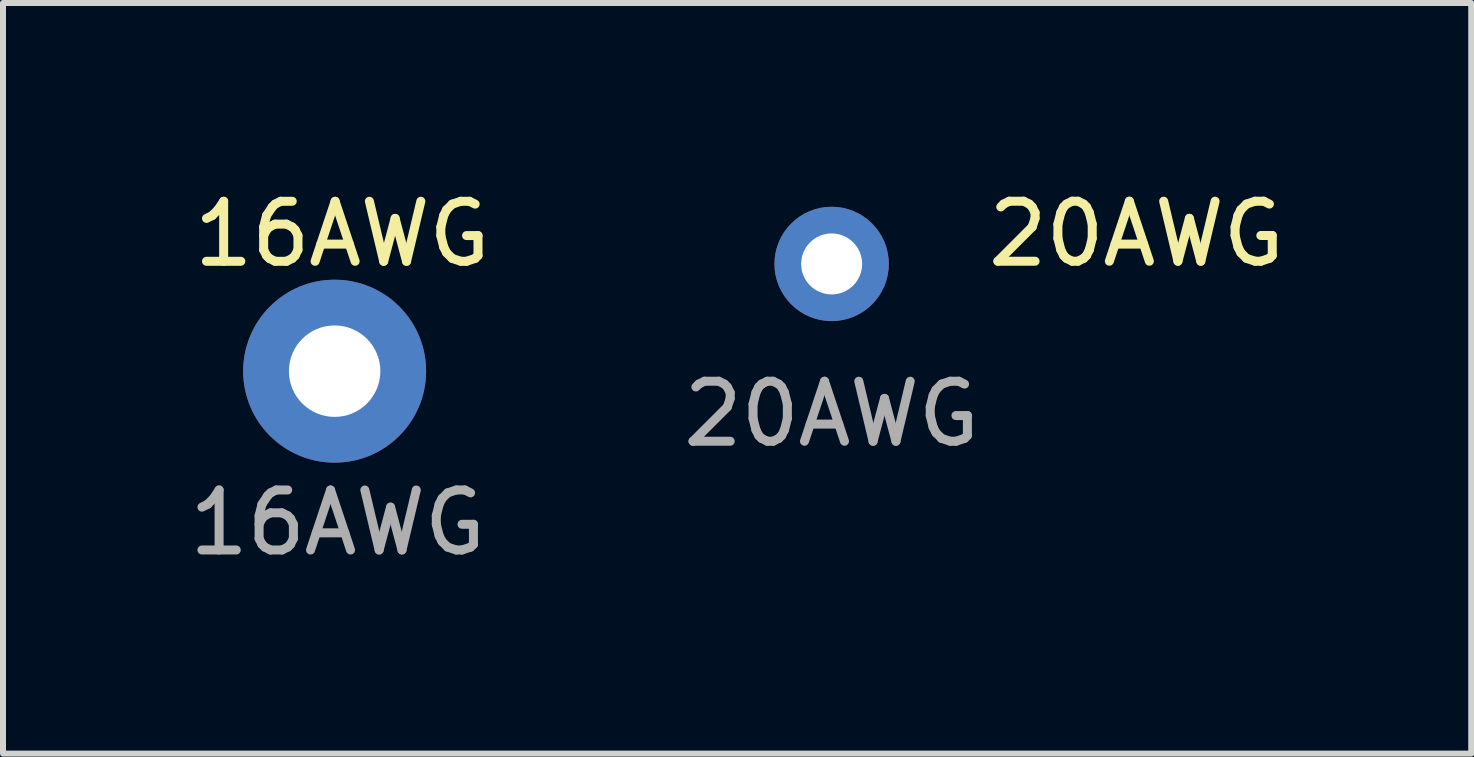
<source format=kicad_pcb>
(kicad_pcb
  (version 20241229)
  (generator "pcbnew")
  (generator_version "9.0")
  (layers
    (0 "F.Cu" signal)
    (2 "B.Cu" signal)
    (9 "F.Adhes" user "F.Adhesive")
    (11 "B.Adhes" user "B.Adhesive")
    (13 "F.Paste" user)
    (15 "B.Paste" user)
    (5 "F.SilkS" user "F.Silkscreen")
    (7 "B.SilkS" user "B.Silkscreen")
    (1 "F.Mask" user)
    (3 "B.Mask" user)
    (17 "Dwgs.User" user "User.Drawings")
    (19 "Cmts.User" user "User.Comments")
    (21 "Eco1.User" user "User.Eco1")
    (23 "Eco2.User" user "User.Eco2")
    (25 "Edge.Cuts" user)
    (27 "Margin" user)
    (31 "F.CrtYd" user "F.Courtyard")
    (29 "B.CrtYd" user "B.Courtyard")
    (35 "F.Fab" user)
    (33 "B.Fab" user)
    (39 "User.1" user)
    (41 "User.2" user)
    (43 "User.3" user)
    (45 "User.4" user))
  (footprint "20AWG"
    (layer "F.Cu")
    (at 10.808 1.348)
    (property "Reference" "20AWG" (at 5.08 -0.5 0) (unlocked yes) (layer "F.SilkS") (effects (font (size 1 1) (thickness 0.15))))
    (attr smd)
    (fp_text user "${REFERENCE}" (at 0 2.5 0) (unlocked yes) (layer "F.Fab") (effects (font (size 1 1) (thickness 0.15))))
    (pad "1" thru_hole circle (at 0 0) (size 1.905 1.905) (drill 1.016) (layers "*.Cu" "*.Mask")))
  (footprint "16AWG"
    (layer "F.Cu")
    (at 2.577 3.16)
    (property "Reference" "16AWG" (at 0.076 -2.311 0) (unlocked yes) (layer "F.SilkS") (effects (font (size 1 1) (thickness 0.15))))
    (attr smd)
    (fp_text user "${REFERENCE}" (at 0 2.5 0) (unlocked yes) (layer "F.Fab") (effects (font (size 1 1) (thickness 0.15))))
    (pad "1" thru_hole circle (at -0.051 -0.025) (size 3.048 3.048) (drill 1.524) (layers "*.Cu" "*.Mask")))
  (gr_rect
    (start -3 -3)
    (end 21.466 9.508)
    (stroke (width 0.1) (type default))
    (fill no)
    (layer "Edge.Cuts")))
</source>
